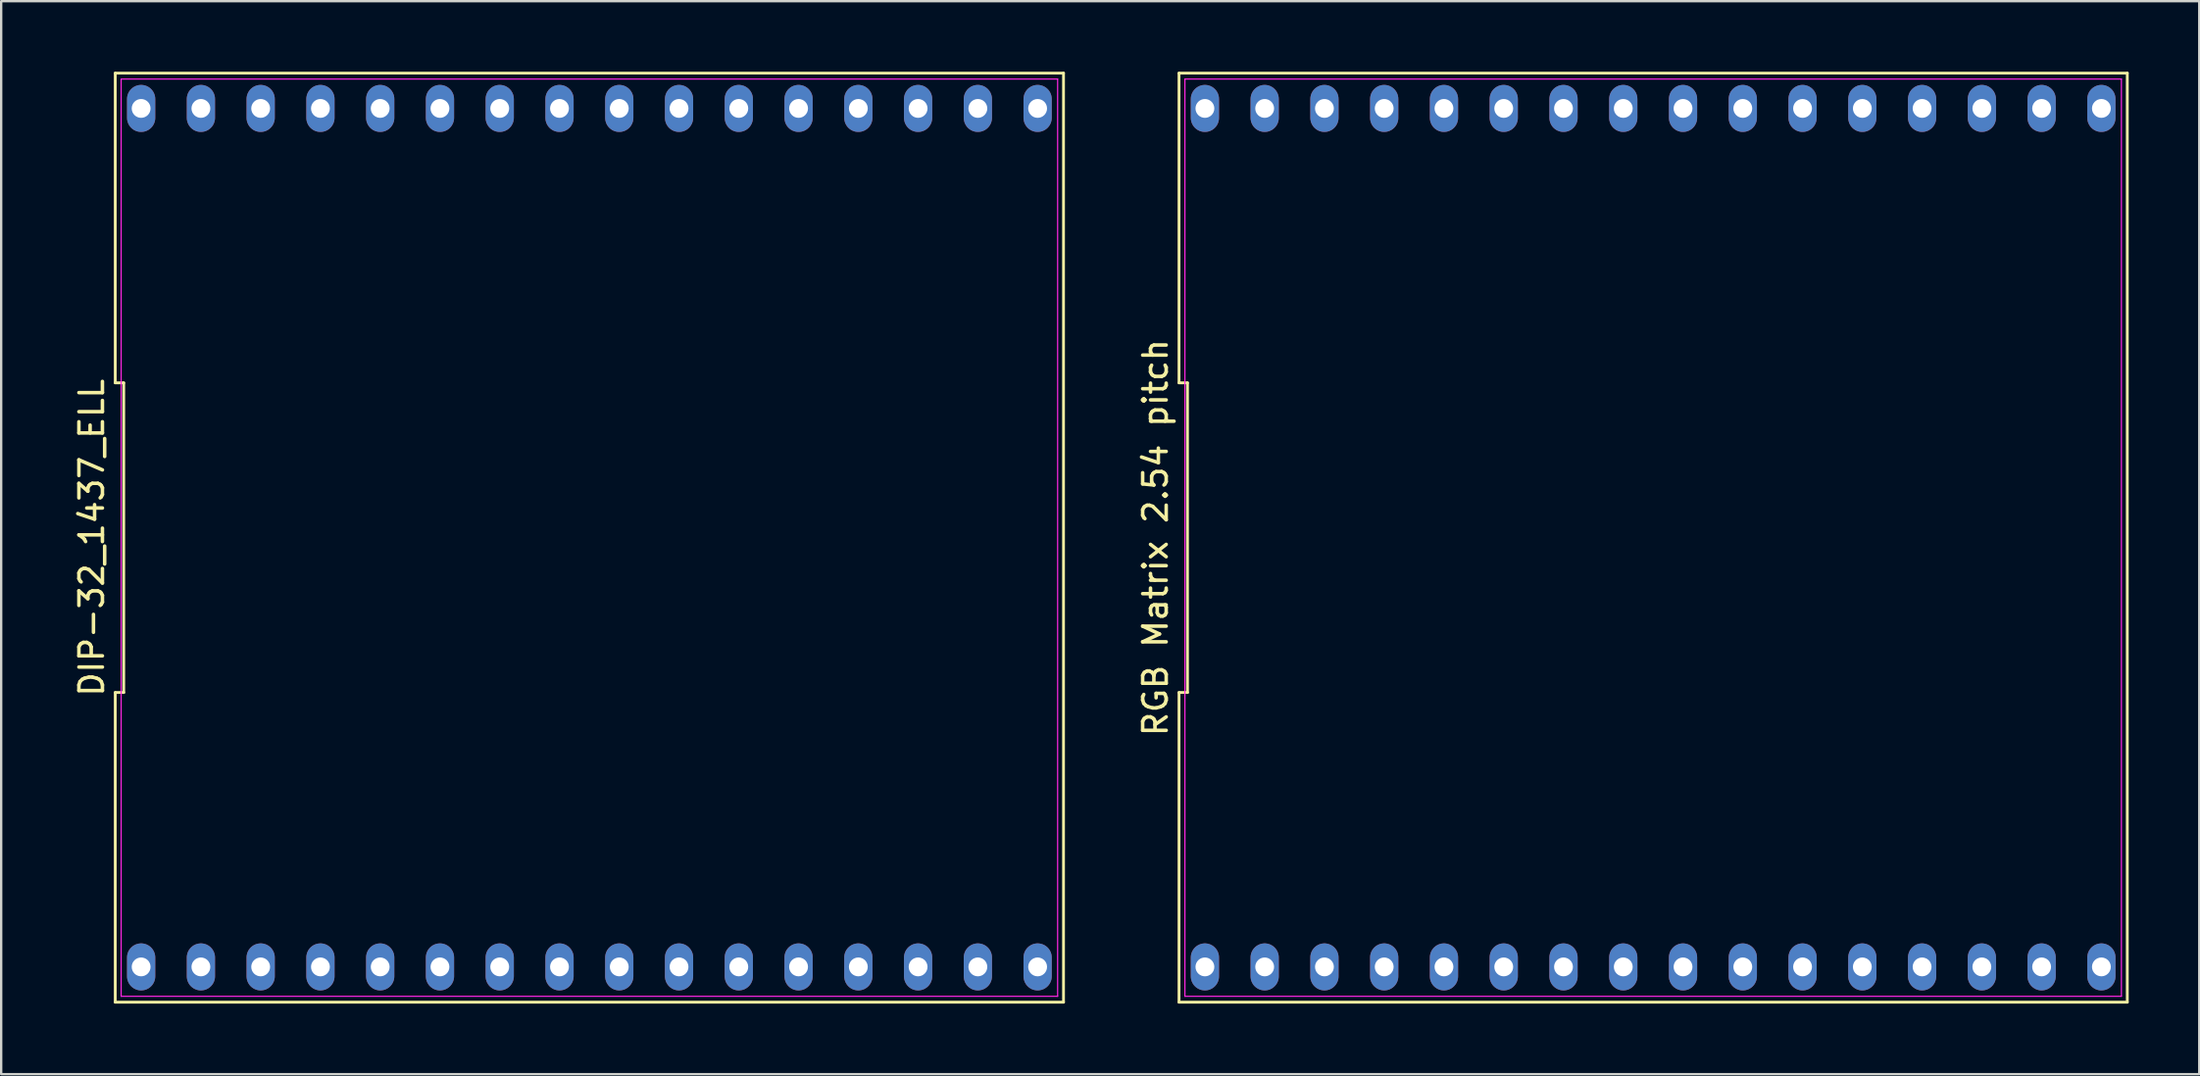
<source format=kicad_pcb>
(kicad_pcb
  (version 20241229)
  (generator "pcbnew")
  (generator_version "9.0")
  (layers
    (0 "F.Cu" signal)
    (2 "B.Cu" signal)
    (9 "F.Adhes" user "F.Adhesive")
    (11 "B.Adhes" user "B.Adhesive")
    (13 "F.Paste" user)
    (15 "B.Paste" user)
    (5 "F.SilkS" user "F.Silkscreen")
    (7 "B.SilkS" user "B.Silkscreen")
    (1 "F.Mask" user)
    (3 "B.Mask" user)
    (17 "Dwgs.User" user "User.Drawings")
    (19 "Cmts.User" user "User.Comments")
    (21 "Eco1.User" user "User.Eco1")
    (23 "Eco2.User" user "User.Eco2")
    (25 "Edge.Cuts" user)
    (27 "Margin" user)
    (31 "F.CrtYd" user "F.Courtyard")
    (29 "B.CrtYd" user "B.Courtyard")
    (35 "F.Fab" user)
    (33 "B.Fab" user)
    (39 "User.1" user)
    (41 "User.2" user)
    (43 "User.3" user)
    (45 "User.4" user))
  (footprint "RGB Matrix 2.54 pitch"
    (layer "F.Cu")
    (at 67.207 19.81)
    (property "Reference" "RGB Matrix 2.54 pitch" (at -21.15 0 90) (unlocked yes) (layer "F.SilkS") (effects (font (size 1 1) (thickness 0.15))))
    (attr through_hole)
    (fp_line (start -20.15 -19.75) (end -20.15 -6.583) (stroke (width 0.12) (type default)) (layer "F.SilkS"))
    (fp_line (start -20.15 -6.583) (end -19.79 -6.583) (stroke (width 0.12) (type default)) (layer "F.SilkS"))
    (fp_line (start -20.15 6.583) (end -20.15 19.75) (stroke (width 0.12) (type default)) (layer "F.SilkS"))
    (fp_line (start -20.15 19.75) (end 20.15 19.75) (stroke (width 0.12) (type default)) (layer "F.SilkS"))
    (fp_line (start -19.79 -6.583) (end -19.79 6.583) (stroke (width 0.12) (type default)) (layer "F.SilkS"))
    (fp_line (start -19.79 6.583) (end -20.15 6.583) (stroke (width 0.12) (type default)) (layer "F.SilkS"))
    (fp_line (start 20.15 -19.75) (end -20.15 -19.75) (stroke (width 0.12) (type default)) (layer "F.SilkS"))
    (fp_line (start 20.15 19.75) (end 20.15 -19.75) (stroke (width 0.12) (type default)) (layer "F.SilkS"))
    (fp_line (start -19.9 -19.5) (end 19.9 -19.5) (stroke (width 0.05) (type default)) (layer "F.CrtYd"))
    (fp_line (start -19.9 19.5) (end -19.9 -19.5) (stroke (width 0.05) (type default)) (layer "F.CrtYd"))
    (fp_line (start 19.9 -19.5) (end 19.9 19.5) (stroke (width 0.05) (type default)) (layer "F.CrtYd"))
    (fp_line (start 19.9 19.5) (end -19.9 19.5) (stroke (width 0.05) (type default)) (layer "F.CrtYd"))
    (pad "1" thru_hole oval (at -19.05 18.25) (size 1.2 2) (drill 0.8) (layers "*.Cu" "*.Mask"))
    (pad "2" thru_hole oval (at -16.51 18.25) (size 1.2 2) (drill 0.8) (layers "*.Cu" "*.Mask"))
    (pad "3" thru_hole oval (at -13.97 18.25) (size 1.2 2) (drill 0.8) (layers "*.Cu" "*.Mask"))
    (pad "4" thru_hole oval (at -11.43 18.25) (size 1.2 2) (drill 0.8) (layers "*.Cu" "*.Mask"))
    (pad "5" thru_hole oval (at -8.89 18.25) (size 1.2 2) (drill 0.8) (layers "*.Cu" "*.Mask"))
    (pad "6" thru_hole oval (at -6.35 18.25) (size 1.2 2) (drill 0.8) (layers "*.Cu" "*.Mask"))
    (pad "7" thru_hole oval (at -3.81 18.25) (size 1.2 2) (drill 0.8) (layers "*.Cu" "*.Mask"))
    (pad "8" thru_hole oval (at -1.27 18.25) (size 1.2 2) (drill 0.8) (layers "*.Cu" "*.Mask"))
    (pad "9" thru_hole oval (at 1.27 18.25) (size 1.2 2) (drill 0.8) (layers "*.Cu" "*.Mask"))
    (pad "10" thru_hole oval (at 3.81 18.25) (size 1.2 2) (drill 0.8) (layers "*.Cu" "*.Mask"))
    (pad "11" thru_hole oval (at 6.35 18.25) (size 1.2 2) (drill 0.8) (layers "*.Cu" "*.Mask"))
    (pad "12" thru_hole oval (at 8.89 18.25) (size 1.2 2) (drill 0.8) (layers "*.Cu" "*.Mask"))
    (pad "13" thru_hole oval (at 11.43 18.25) (size 1.2 2) (drill 0.8) (layers "*.Cu" "*.Mask"))
    (pad "14" thru_hole oval (at 13.97 18.25) (size 1.2 2) (drill 0.8) (layers "*.Cu" "*.Mask"))
    (pad "15" thru_hole oval (at 16.51 18.25) (size 1.2 2) (drill 0.8) (layers "*.Cu" "*.Mask"))
    (pad "16" thru_hole oval (at 19.05 18.25) (size 1.2 2) (drill 0.8) (layers "*.Cu" "*.Mask"))
    (pad "17" thru_hole oval (at 19.05 -18.25) (size 1.2 2) (drill 0.8) (layers "*.Cu" "*.Mask"))
    (pad "18" thru_hole oval (at 16.51 -18.25) (size 1.2 2) (drill 0.8) (layers "*.Cu" "*.Mask"))
    (pad "19" thru_hole oval (at 13.97 -18.25) (size 1.2 2) (drill 0.8) (layers "*.Cu" "*.Mask"))
    (pad "20" thru_hole oval (at 11.43 -18.25) (size 1.2 2) (drill 0.8) (layers "*.Cu" "*.Mask"))
    (pad "21" thru_hole oval (at 8.89 -18.25) (size 1.2 2) (drill 0.8) (layers "*.Cu" "*.Mask"))
    (pad "22" thru_hole oval (at 6.35 -18.25) (size 1.2 2) (drill 0.8) (layers "*.Cu" "*.Mask"))
    (pad "23" thru_hole oval (at 3.81 -18.25) (size 1.2 2) (drill 0.8) (layers "*.Cu" "*.Mask"))
    (pad "24" thru_hole oval (at 1.27 -18.25) (size 1.2 2) (drill 0.8) (layers "*.Cu" "*.Mask"))
    (pad "25" thru_hole oval (at -1.27 -18.25) (size 1.2 2) (drill 0.8) (layers "*.Cu" "*.Mask"))
    (pad "26" thru_hole oval (at -3.81 -18.25) (size 1.2 2) (drill 0.8) (layers "*.Cu" "*.Mask"))
    (pad "27" thru_hole oval (at -6.35 -18.25) (size 1.2 2) (drill 0.8) (layers "*.Cu" "*.Mask"))
    (pad "28" thru_hole oval (at -8.89 -18.25) (size 1.2 2) (drill 0.8) (layers "*.Cu" "*.Mask"))
    (pad "29" thru_hole oval (at -11.43 -18.25) (size 1.2 2) (drill 0.8) (layers "*.Cu" "*.Mask"))
    (pad "30" thru_hole oval (at -13.97 -18.25) (size 1.2 2) (drill 0.8) (layers "*.Cu" "*.Mask"))
    (pad "31" thru_hole oval (at -16.51 -18.25) (size 1.2 2) (drill 0.8) (layers "*.Cu" "*.Mask"))
    (pad "32" thru_hole oval (at -19.05 -18.25) (size 1.2 2) (drill 0.8) (layers "*.Cu" "*.Mask")))
  (footprint "DIP-32_1437_ELL"
    (layer "F.Cu")
    (at 21.998 19.81)
    (property "Reference" "DIP-32_1437_ELL" (at -21.15 0 90) (unlocked yes) (layer "F.SilkS") (effects (font (size 1 1) (thickness 0.15))))
    (attr through_hole)
    (fp_line (start -20.15 -19.75) (end -20.15 -6.583) (stroke (width 0.12) (type default)) (layer "F.SilkS"))
    (fp_line (start -20.15 -6.583) (end -19.79 -6.583) (stroke (width 0.12) (type default)) (layer "F.SilkS"))
    (fp_line (start -20.15 6.583) (end -20.15 19.75) (stroke (width 0.12) (type default)) (layer "F.SilkS"))
    (fp_line (start -20.15 19.75) (end 20.15 19.75) (stroke (width 0.12) (type default)) (layer "F.SilkS"))
    (fp_line (start -19.79 -6.583) (end -19.79 6.583) (stroke (width 0.12) (type default)) (layer "F.SilkS"))
    (fp_line (start -19.79 6.583) (end -20.15 6.583) (stroke (width 0.12) (type default)) (layer "F.SilkS"))
    (fp_line (start 20.15 -19.75) (end -20.15 -19.75) (stroke (width 0.12) (type default)) (layer "F.SilkS"))
    (fp_line (start 20.15 19.75) (end 20.15 -19.75) (stroke (width 0.12) (type default)) (layer "F.SilkS"))
    (fp_line (start -19.9 -19.5) (end 19.9 -19.5) (stroke (width 0.05) (type default)) (layer "F.CrtYd"))
    (fp_line (start -19.9 19.5) (end -19.9 -19.5) (stroke (width 0.05) (type default)) (layer "F.CrtYd"))
    (fp_line (start 19.9 -19.5) (end 19.9 19.5) (stroke (width 0.05) (type default)) (layer "F.CrtYd"))
    (fp_line (start 19.9 19.5) (end -19.9 19.5) (stroke (width 0.05) (type default)) (layer "F.CrtYd"))
    (pad "1" thru_hole oval (at -19.05 18.25) (size 1.2 2) (drill 0.8) (layers "*.Cu" "*.Mask"))
    (pad "2" thru_hole oval (at -16.51 18.25) (size 1.2 2) (drill 0.8) (layers "*.Cu" "*.Mask"))
    (pad "3" thru_hole oval (at -13.97 18.25) (size 1.2 2) (drill 0.8) (layers "*.Cu" "*.Mask"))
    (pad "4" thru_hole oval (at -11.43 18.25) (size 1.2 2) (drill 0.8) (layers "*.Cu" "*.Mask"))
    (pad "5" thru_hole oval (at -8.89 18.25) (size 1.2 2) (drill 0.8) (layers "*.Cu" "*.Mask"))
    (pad "6" thru_hole oval (at -6.35 18.25) (size 1.2 2) (drill 0.8) (layers "*.Cu" "*.Mask"))
    (pad "7" thru_hole oval (at -3.81 18.25) (size 1.2 2) (drill 0.8) (layers "*.Cu" "*.Mask"))
    (pad "8" thru_hole oval (at -1.27 18.25) (size 1.2 2) (drill 0.8) (layers "*.Cu" "*.Mask"))
    (pad "9" thru_hole oval (at 1.27 18.25) (size 1.2 2) (drill 0.8) (layers "*.Cu" "*.Mask"))
    (pad "10" thru_hole oval (at 3.81 18.25) (size 1.2 2) (drill 0.8) (layers "*.Cu" "*.Mask"))
    (pad "11" thru_hole oval (at 6.35 18.25) (size 1.2 2) (drill 0.8) (layers "*.Cu" "*.Mask"))
    (pad "12" thru_hole oval (at 8.89 18.25) (size 1.2 2) (drill 0.8) (layers "*.Cu" "*.Mask"))
    (pad "13" thru_hole oval (at 11.43 18.25) (size 1.2 2) (drill 0.8) (layers "*.Cu" "*.Mask"))
    (pad "14" thru_hole oval (at 13.97 18.25) (size 1.2 2) (drill 0.8) (layers "*.Cu" "*.Mask"))
    (pad "15" thru_hole oval (at 16.51 18.25) (size 1.2 2) (drill 0.8) (layers "*.Cu" "*.Mask"))
    (pad "16" thru_hole oval (at 19.05 18.25) (size 1.2 2) (drill 0.8) (layers "*.Cu" "*.Mask"))
    (pad "17" thru_hole oval (at 19.05 -18.25) (size 1.2 2) (drill 0.8) (layers "*.Cu" "*.Mask"))
    (pad "18" thru_hole oval (at 16.51 -18.25) (size 1.2 2) (drill 0.8) (layers "*.Cu" "*.Mask"))
    (pad "19" thru_hole oval (at 13.97 -18.25) (size 1.2 2) (drill 0.8) (layers "*.Cu" "*.Mask"))
    (pad "20" thru_hole oval (at 11.43 -18.25) (size 1.2 2) (drill 0.8) (layers "*.Cu" "*.Mask"))
    (pad "21" thru_hole oval (at 8.89 -18.25) (size 1.2 2) (drill 0.8) (layers "*.Cu" "*.Mask"))
    (pad "22" thru_hole oval (at 6.35 -18.25) (size 1.2 2) (drill 0.8) (layers "*.Cu" "*.Mask"))
    (pad "23" thru_hole oval (at 3.81 -18.25) (size 1.2 2) (drill 0.8) (layers "*.Cu" "*.Mask"))
    (pad "24" thru_hole oval (at 1.27 -18.25) (size 1.2 2) (drill 0.8) (layers "*.Cu" "*.Mask"))
    (pad "25" thru_hole oval (at -1.27 -18.25) (size 1.2 2) (drill 0.8) (layers "*.Cu" "*.Mask"))
    (pad "26" thru_hole oval (at -3.81 -18.25) (size 1.2 2) (drill 0.8) (layers "*.Cu" "*.Mask"))
    (pad "27" thru_hole oval (at -6.35 -18.25) (size 1.2 2) (drill 0.8) (layers "*.Cu" "*.Mask"))
    (pad "28" thru_hole oval (at -8.89 -18.25) (size 1.2 2) (drill 0.8) (layers "*.Cu" "*.Mask"))
    (pad "29" thru_hole oval (at -11.43 -18.25) (size 1.2 2) (drill 0.8) (layers "*.Cu" "*.Mask"))
    (pad "30" thru_hole oval (at -13.97 -18.25) (size 1.2 2) (drill 0.8) (layers "*.Cu" "*.Mask"))
    (pad "31" thru_hole oval (at -16.51 -18.25) (size 1.2 2) (drill 0.8) (layers "*.Cu" "*.Mask"))
    (pad "32" thru_hole oval (at -19.05 -18.25) (size 1.2 2) (drill 0.8) (layers "*.Cu" "*.Mask")))
  (gr_rect
    (start -3 -3)
    (end 90.416 42.62)
    (stroke (width 0.1) (type default))
    (fill no)
    (layer "Edge.Cuts")))
</source>
